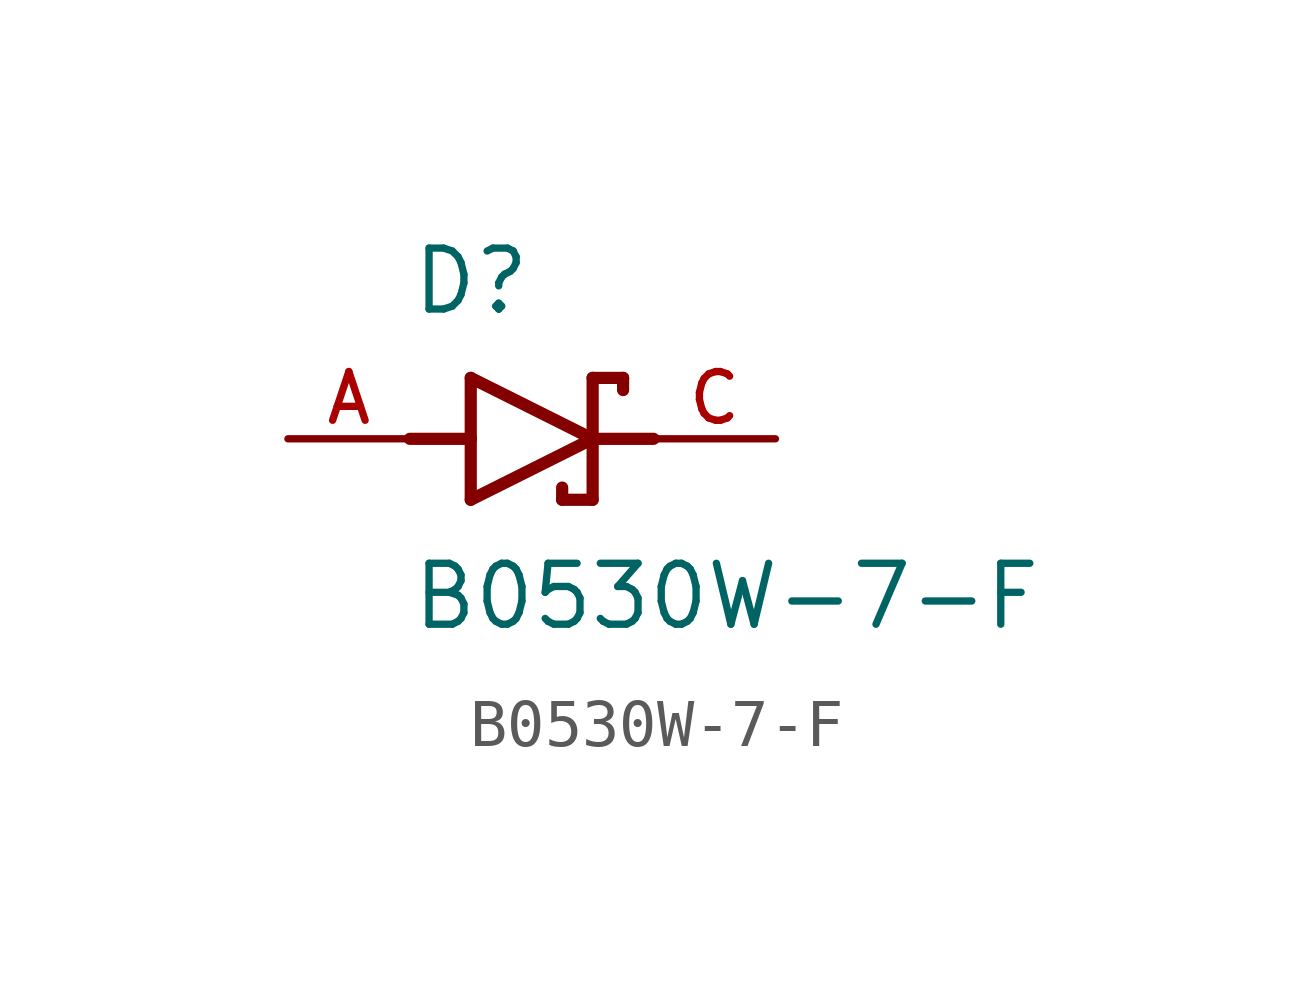
<source format=kicad_sym>
(kicad_symbol_lib
  (version 20211014)
  (generator kicad_symbol_editor)
  (symbol "B0530W-7-F"
    (pin_names
      (offset 1.016))
    (property "Reference" "D"
      (at -2.541 2.541 0)
      (effects (font (size 1.27 1.27)) (justify bottom left)))
    (property "Value" "B0530W-7-F"
      (at -2.541 -2.541 0.0)
      (effects (font (size 1.27 1.27)) (justify top left)))
    (symbol "B0530W-7-F_0_0"
      (polyline (pts (xy -1.27 -1.27) (xy 1.27 0.0)) (stroke (width 0.254)))
      (polyline (pts (xy 1.27 0.0) (xy -1.27 1.27)) (stroke (width 0.254)))
      (polyline (pts (xy 1.905 1.27) (xy 1.27 1.27)) (stroke (width 0.254)))
      (polyline (pts (xy 1.27 1.27) (xy 1.27 0.0)) (stroke (width 0.254)))
      (polyline (pts (xy -1.27 1.27) (xy -1.27 0.0)) (stroke (width 0.254)))
      (polyline (pts (xy -1.27 0.0) (xy -1.27 -1.27)) (stroke (width 0.254)))
      (polyline (pts (xy 1.27 0.0) (xy 1.27 -1.27)) (stroke (width 0.254)))
      (polyline (pts (xy 1.905 1.27) (xy 1.905 1.016)) (stroke (width 0.254)))
      (polyline (pts (xy 1.27 -1.27) (xy 0.635 -1.27)) (stroke (width 0.254)))
      (polyline (pts (xy 0.635 -1.016) (xy 0.635 -1.27)) (stroke (width 0.254)))
      (polyline (pts (xy -1.27 0.0) (xy -2.54 0.0)) (stroke (width 0.254)))
      (polyline (pts (xy 1.27 0.0) (xy 2.54 0.0)) (stroke (width 0.254)))
      (pin passive line (at -5.08 0.0 0) (length 2.54) (name "~" (effects (font (size 1.016 1.016)))) (number "A" (effects (font (size 1.016 1.016)))))
      (pin passive line (at 5.08 0.0 180.0) (length 2.54) (name "~" (effects (font (size 1.016 1.016)))) (number "C" (effects (font (size 1.016 1.016))))))))
</source>
